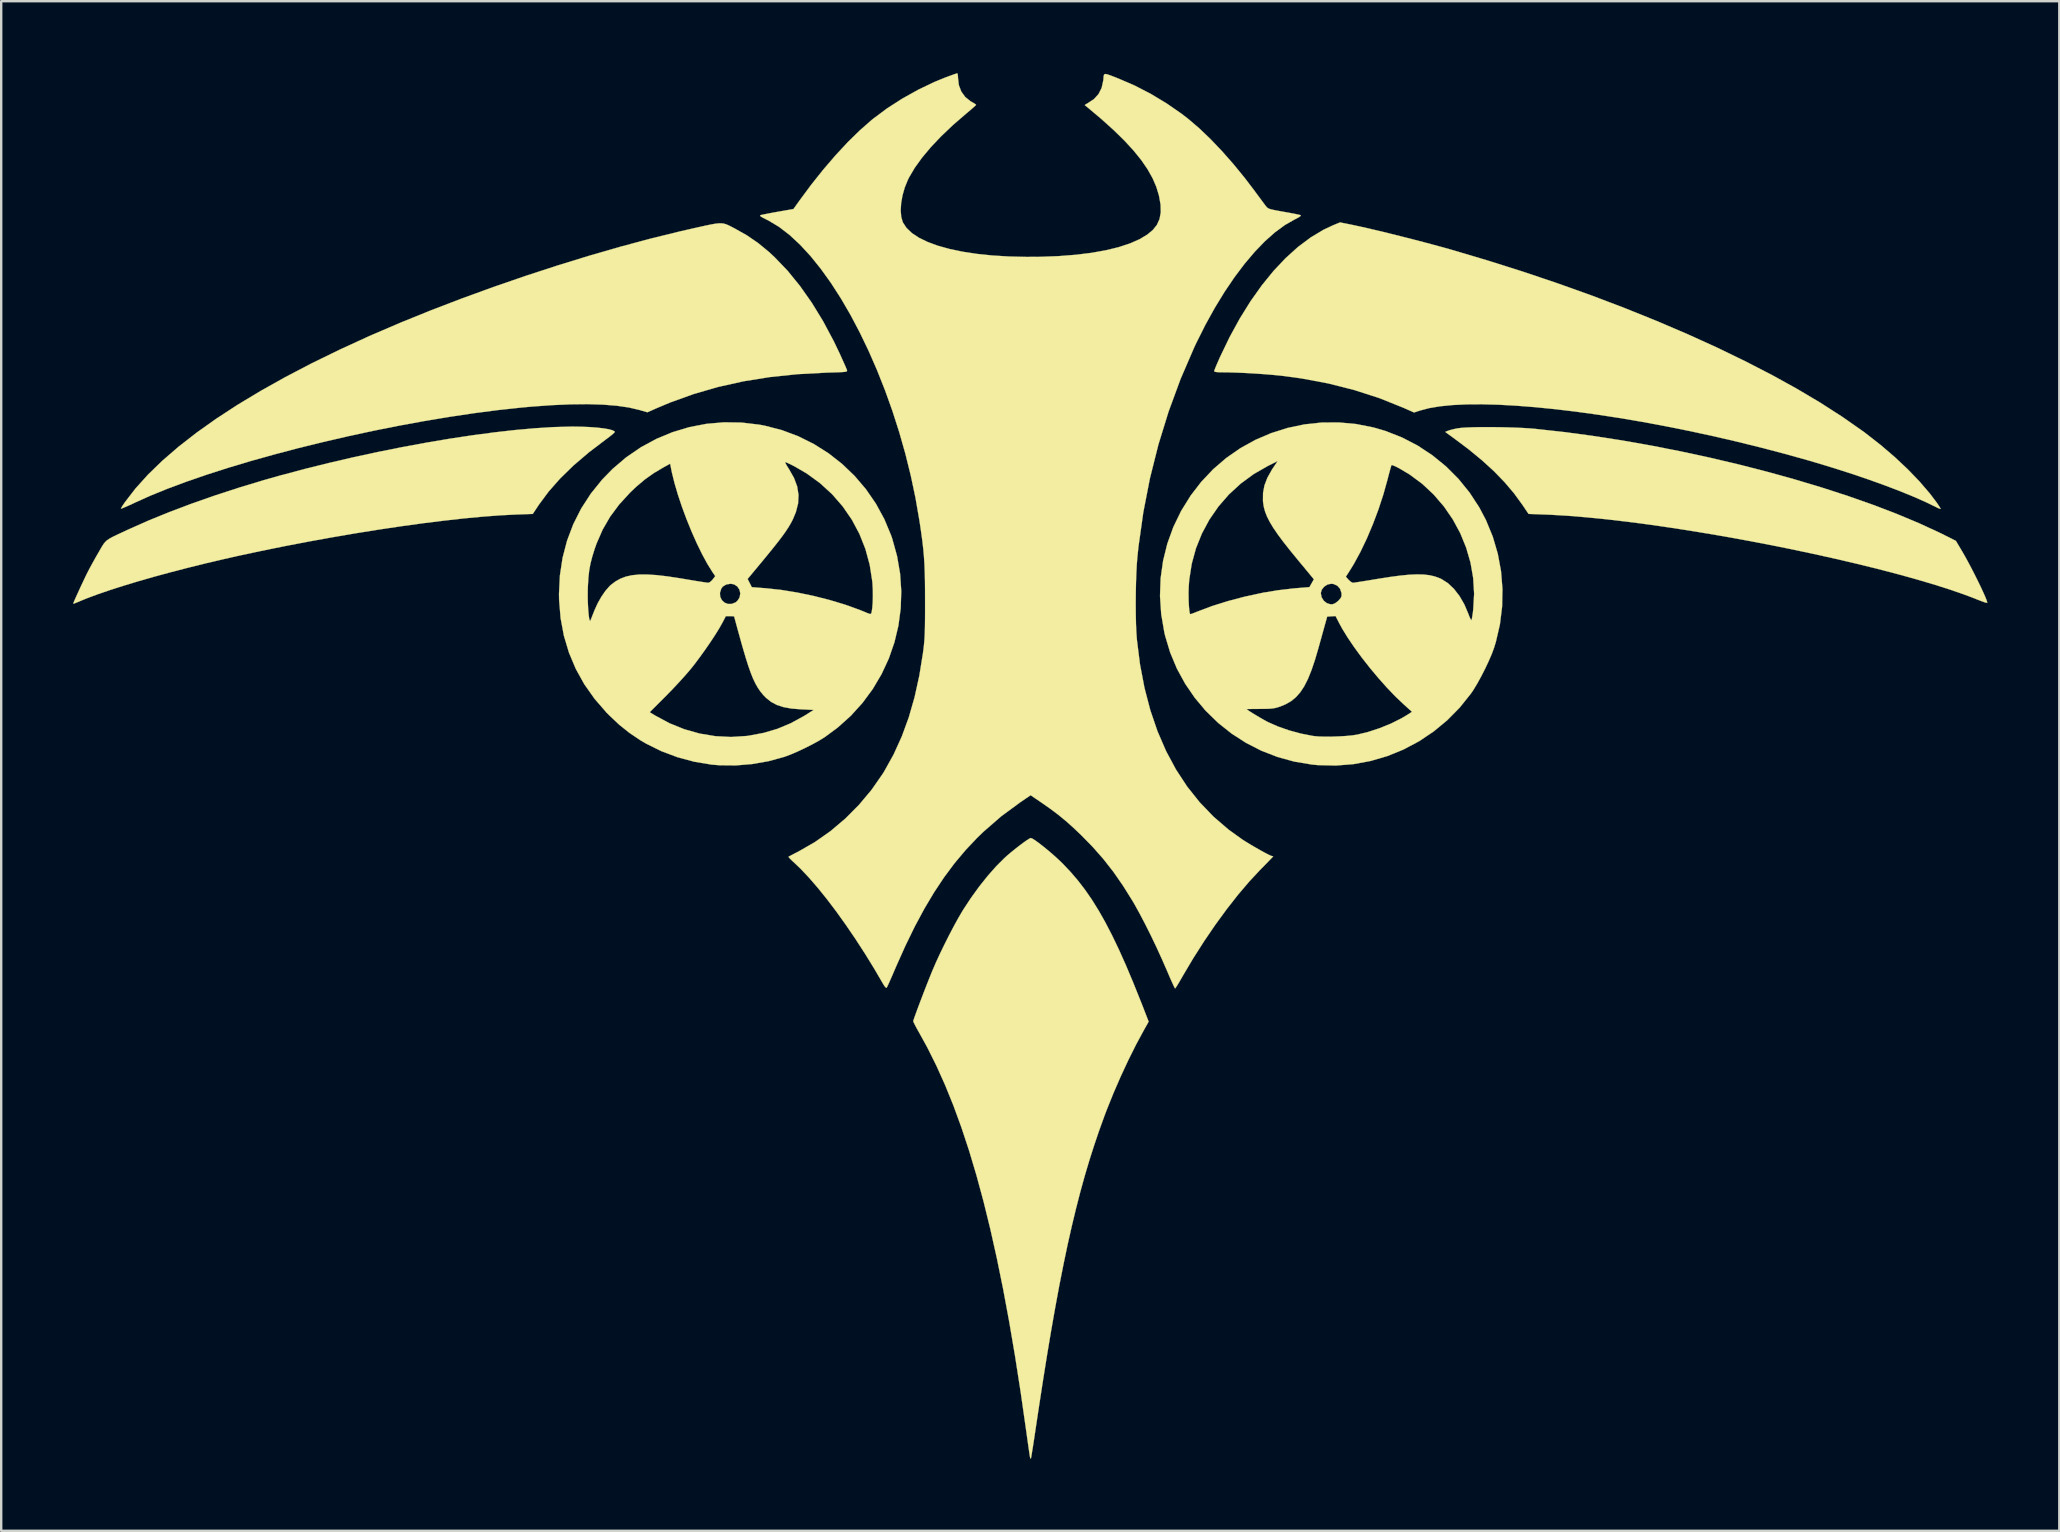
<source format=kicad_pcb>
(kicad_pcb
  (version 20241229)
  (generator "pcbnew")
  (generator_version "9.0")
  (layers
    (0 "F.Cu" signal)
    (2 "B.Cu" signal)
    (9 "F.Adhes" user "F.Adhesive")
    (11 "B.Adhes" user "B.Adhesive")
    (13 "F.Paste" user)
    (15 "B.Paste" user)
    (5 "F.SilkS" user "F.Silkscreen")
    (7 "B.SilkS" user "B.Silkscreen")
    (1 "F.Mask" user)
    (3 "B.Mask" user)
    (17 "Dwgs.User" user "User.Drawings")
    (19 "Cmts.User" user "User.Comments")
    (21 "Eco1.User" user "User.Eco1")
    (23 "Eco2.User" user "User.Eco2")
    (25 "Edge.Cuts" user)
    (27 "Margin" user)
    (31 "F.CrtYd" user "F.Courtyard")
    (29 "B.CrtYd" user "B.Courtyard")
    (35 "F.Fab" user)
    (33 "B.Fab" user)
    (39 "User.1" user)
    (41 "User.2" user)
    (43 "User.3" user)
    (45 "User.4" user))
  (footprint "LOGO"
    (layer "F.Cu")
    (at 39.891 28.858)
    (property "Reference" "LOGO" (at 0 0 0) (layer "F.SilkS") (effects (font (size 1.524 1.524) (thickness 0.3))))
    (attr through_hole)
    (fp_poly (pts (xy 19.468 -14.105) (xy 19.834 -14.098) (xy 20.193 -14.087) (xy 20.53 -14.072) (xy 20.834 -14.053) (xy 21.034 -14.036) (xy 22.22 -13.905) (xy 23.426 -13.744) (xy 24.648 -13.555) (xy 25.876 -13.338) (xy 27.105 -13.097) (xy 28.327 -12.833) (xy 29.536 -12.548) (xy 30.723 -12.243) (xy 31.883 -11.921) (xy 33.008 -11.583) (xy 34.091 -11.231) (xy 35.125 -10.867) (xy 36.103 -10.493) (xy 37.017 -10.111) (xy 37.862 -9.722) (xy 38.097 -9.606) (xy 38.573 -9.367) (xy 38.832 -8.93) (xy 38.951 -8.724) (xy 39.08 -8.489) (xy 39.214 -8.236) (xy 39.348 -7.975) (xy 39.477 -7.717) (xy 39.597 -7.47) (xy 39.701 -7.247) (xy 39.786 -7.057) (xy 39.846 -6.909) (xy 39.876 -6.815) (xy 39.878 -6.787) (xy 39.838 -6.788) (xy 39.745 -6.815) (xy 39.616 -6.863) (xy 39.588 -6.874) (xy 39.038 -7.088) (xy 38.414 -7.307) (xy 37.725 -7.528) (xy 36.977 -7.75) (xy 36.176 -7.973) (xy 35.329 -8.194) (xy 34.444 -8.412) (xy 33.525 -8.627) (xy 32.581 -8.836) (xy 31.618 -9.039) (xy 30.642 -9.234) (xy 29.661 -9.419) (xy 28.68 -9.594) (xy 27.707 -9.757) (xy 26.748 -9.907) (xy 25.81 -10.043) (xy 24.9 -10.162) (xy 24.023 -10.265) (xy 23.188 -10.348) (xy 22.4 -10.413) (xy 21.667 -10.456) (xy 21.464 -10.464) (xy 20.763 -10.49) (xy 20.503 -10.874) (xy 20.156 -11.35) (xy 19.765 -11.811) (xy 19.325 -12.266) (xy 18.827 -12.721) (xy 18.265 -13.183) (xy 17.718 -13.595) (xy 17.29 -13.907) (xy 17.406 -13.956) (xy 17.505 -13.988) (xy 17.649 -14.025) (xy 17.8 -14.056) (xy 17.953 -14.076) (xy 18.172 -14.091) (xy 18.446 -14.101) (xy 18.762 -14.107) (xy 19.107 -14.108) (xy 19.468 -14.105)) (stroke (width 0.01) (type solid)) (fill yes) (layer "F.SilkS"))
    (fp_poly (pts (xy -18.69 -14.123) (xy -18.354 -14.109) (xy -18.051 -14.086) (xy -17.789 -14.056) (xy -17.576 -14.02) (xy -17.422 -13.978) (xy -17.334 -13.933) (xy -17.318 -13.91) (xy -17.344 -13.873) (xy -17.423 -13.801) (xy -17.543 -13.705) (xy -17.691 -13.594) (xy -17.692 -13.594) (xy -18.404 -13.052) (xy -19.039 -12.51) (xy -19.597 -11.966) (xy -20.079 -11.419) (xy -20.488 -10.866) (xy -20.511 -10.831) (xy -20.737 -10.49) (xy -21.451 -10.464) (xy -22.101 -10.431) (xy -22.819 -10.377) (xy -23.598 -10.304) (xy -24.43 -10.211) (xy -25.308 -10.102) (xy -26.223 -9.976) (xy -27.168 -9.835) (xy -28.135 -9.68) (xy -29.116 -9.512) (xy -30.104 -9.333) (xy -31.091 -9.144) (xy -32.07 -8.945) (xy -33.032 -8.739) (xy -33.615 -8.607) (xy -34.368 -8.43) (xy -35.108 -8.247) (xy -35.828 -8.06) (xy -36.521 -7.872) (xy -37.177 -7.684) (xy -37.791 -7.498) (xy -38.354 -7.318) (xy -38.859 -7.145) (xy -39.298 -6.982) (xy -39.531 -6.887) (xy -39.694 -6.819) (xy -39.798 -6.776) (xy -39.855 -6.755) (xy -39.88 -6.751) (xy -39.886 -6.759) (xy -39.886 -6.763) (xy -39.87 -6.808) (xy -39.826 -6.91) (xy -39.761 -7.057) (xy -39.68 -7.234) (xy -39.591 -7.428) (xy -39.499 -7.625) (xy -39.411 -7.811) (xy -39.333 -7.973) (xy -39.301 -8.037) (xy -39.211 -8.211) (xy -39.094 -8.426) (xy -38.966 -8.657) (xy -38.84 -8.876) (xy -38.831 -8.891) (xy -38.745 -9.04) (xy -38.676 -9.158) (xy -38.614 -9.252) (xy -38.55 -9.328) (xy -38.475 -9.396) (xy -38.377 -9.461) (xy -38.249 -9.531) (xy -38.08 -9.614) (xy -37.86 -9.716) (xy -37.58 -9.846) (xy -37.541 -9.864) (xy -36.745 -10.217) (xy -35.88 -10.569) (xy -34.958 -10.917) (xy -33.988 -11.257) (xy -32.981 -11.585) (xy -31.948 -11.898) (xy -31.234 -12.1) (xy -30.237 -12.365) (xy -29.225 -12.616) (xy -28.205 -12.853) (xy -27.185 -13.073) (xy -26.172 -13.276) (xy -25.174 -13.46) (xy -24.197 -13.625) (xy -23.249 -13.768) (xy -22.337 -13.889) (xy -21.468 -13.987) (xy -20.65 -14.06) (xy -19.89 -14.108) (xy -19.195 -14.128) (xy -19.05 -14.129) (xy -18.69 -14.123)) (stroke (width 0.01) (type solid)) (fill yes) (layer "F.SilkS"))
    (fp_poly (pts (xy -12.769 -22.587) (xy -12.672 -22.558) (xy -12.571 -22.514) (xy -12.454 -22.455) (xy -12.323 -22.387) (xy -11.82 -22.104) (xy -11.351 -21.783) (xy -10.894 -21.407) (xy -10.663 -21.193) (xy -10.123 -20.631) (xy -9.604 -19.994) (xy -9.107 -19.288) (xy -8.634 -18.515) (xy -8.189 -17.679) (xy -7.943 -17.165) (xy -7.85 -16.959) (xy -7.767 -16.774) (xy -7.7 -16.623) (xy -7.657 -16.52) (xy -7.644 -16.487) (xy -7.638 -16.46) (xy -7.645 -16.439) (xy -7.673 -16.423) (xy -7.734 -16.411) (xy -7.835 -16.402) (xy -7.987 -16.394) (xy -8.198 -16.387) (xy -8.479 -16.379) (xy -8.502 -16.378) (xy -9.704 -16.314) (xy -10.853 -16.194) (xy -11.953 -16.018) (xy -13.009 -15.783) (xy -14.026 -15.489) (xy -15.006 -15.136) (xy -15.57 -14.899) (xy -15.96 -14.726) (xy -16.299 -14.824) (xy -16.729 -14.925) (xy -17.232 -14.998) (xy -17.807 -15.045) (xy -18.451 -15.065) (xy -19.164 -15.057) (xy -19.944 -15.023) (xy -20.79 -14.962) (xy -21.233 -14.921) (xy -22.197 -14.817) (xy -23.194 -14.687) (xy -24.218 -14.534) (xy -25.26 -14.36) (xy -26.315 -14.167) (xy -27.374 -13.956) (xy -28.431 -13.728) (xy -29.479 -13.486) (xy -30.511 -13.232) (xy -31.52 -12.966) (xy -32.499 -12.692) (xy -33.44 -12.41) (xy -34.337 -12.122) (xy -35.183 -11.83) (xy -35.971 -11.536) (xy -36.693 -11.242) (xy -37.336 -10.952) (xy -37.528 -10.862) (xy -37.692 -10.789) (xy -37.816 -10.737) (xy -37.888 -10.712) (xy -37.902 -10.712) (xy -37.88 -10.757) (xy -37.824 -10.848) (xy -37.744 -10.965) (xy -37.736 -10.977) (xy -37.293 -11.551) (xy -36.772 -12.129) (xy -36.174 -12.709) (xy -35.501 -13.29) (xy -34.753 -13.873) (xy -33.933 -14.455) (xy -33.041 -15.037) (xy -32.078 -15.617) (xy -31.047 -16.194) (xy -29.948 -16.768) (xy -28.782 -17.337) (xy -27.551 -17.902) (xy -27.432 -17.954) (xy -26.236 -18.467) (xy -24.986 -18.973) (xy -23.695 -19.468) (xy -22.376 -19.948) (xy -21.042 -20.408) (xy -19.705 -20.844) (xy -18.377 -21.253) (xy -17.072 -21.63) (xy -15.802 -21.97) (xy -14.579 -22.27) (xy -14.173 -22.363) (xy -13.822 -22.442) (xy -13.538 -22.505) (xy -13.312 -22.552) (xy -13.132 -22.584) (xy -12.988 -22.6) (xy -12.871 -22.602) (xy -12.769 -22.587)) (stroke (width 0.01) (type solid)) (fill yes) (layer "F.SilkS"))
    (fp_poly (pts (xy 13.468 -22.525) (xy 13.763 -22.462) (xy 14.122 -22.381) (xy 14.529 -22.285) (xy 14.972 -22.177) (xy 15.437 -22.061) (xy 15.911 -21.941) (xy 16.379 -21.819) (xy 16.828 -21.699) (xy 17.245 -21.586) (xy 17.562 -21.496) (xy 19.068 -21.049) (xy 20.547 -20.581) (xy 21.993 -20.093) (xy 23.403 -19.589) (xy 24.773 -19.068) (xy 26.099 -18.533) (xy 27.378 -17.986) (xy 28.605 -17.429) (xy 29.776 -16.862) (xy 30.889 -16.289) (xy 31.938 -15.71) (xy 32.92 -15.127) (xy 33.831 -14.542) (xy 34.667 -13.957) (xy 34.806 -13.855) (xy 35.434 -13.365) (xy 36.024 -12.86) (xy 36.569 -12.348) (xy 37.06 -11.838) (xy 37.49 -11.336) (xy 37.76 -10.979) (xy 37.846 -10.855) (xy 37.908 -10.758) (xy 37.936 -10.704) (xy 37.936 -10.698) (xy 37.896 -10.706) (xy 37.81 -10.742) (xy 37.763 -10.766) (xy 37.327 -10.978) (xy 36.822 -11.202) (xy 36.254 -11.434) (xy 35.632 -11.672) (xy 34.964 -11.913) (xy 34.258 -12.153) (xy 33.521 -12.39) (xy 32.762 -12.621) (xy 32.425 -12.72) (xy 31.432 -12.997) (xy 30.433 -13.259) (xy 29.432 -13.506) (xy 28.433 -13.737) (xy 27.44 -13.951) (xy 26.458 -14.148) (xy 25.491 -14.328) (xy 24.543 -14.489) (xy 23.618 -14.631) (xy 22.722 -14.754) (xy 21.858 -14.857) (xy 21.03 -14.94) (xy 20.243 -15.001) (xy 19.501 -15.042) (xy 18.808 -15.059) (xy 18.17 -15.055) (xy 17.589 -15.027) (xy 17.07 -14.975) (xy 16.619 -14.899) (xy 16.241 -14.799) (xy 15.992 -14.717) (xy 15.547 -14.914) (xy 14.548 -15.315) (xy 13.501 -15.653) (xy 12.411 -15.929) (xy 11.281 -16.14) (xy 10.458 -16.25) (xy 10.137 -16.282) (xy 9.769 -16.313) (xy 9.376 -16.34) (xy 8.981 -16.363) (xy 8.605 -16.379) (xy 8.272 -16.389) (xy 8.092 -16.391) (xy 7.882 -16.394) (xy 7.745 -16.404) (xy 7.674 -16.421) (xy 7.66 -16.438) (xy 7.675 -16.489) (xy 7.718 -16.599) (xy 7.783 -16.752) (xy 7.863 -16.936) (xy 7.902 -17.023) (xy 8.302 -17.855) (xy 8.728 -18.633) (xy 9.177 -19.355) (xy 9.647 -20.017) (xy 10.135 -20.617) (xy 10.638 -21.151) (xy 11.155 -21.617) (xy 11.682 -22.012) (xy 12.217 -22.333) (xy 12.634 -22.528) (xy 12.906 -22.639) (xy 13.468 -22.525)) (stroke (width 0.01) (type solid)) (fill yes) (layer "F.SilkS"))
    (fp_poly (pts (xy 0.083 3.042) (xy 0.198 3.113) (xy 0.349 3.222) (xy 0.527 3.36) (xy 0.721 3.518) (xy 0.92 3.687) (xy 1.114 3.861) (xy 1.293 4.03) (xy 1.35 4.086) (xy 1.672 4.426) (xy 1.98 4.785) (xy 2.276 5.17) (xy 2.564 5.586) (xy 2.846 6.039) (xy 3.127 6.535) (xy 3.408 7.078) (xy 3.694 7.675) (xy 3.988 8.332) (xy 4.291 9.053) (xy 4.609 9.845) (xy 4.681 10.027) (xy 4.93 10.669) (xy 4.727 11.03) (xy 4.407 11.623) (xy 4.083 12.272) (xy 3.764 12.957) (xy 3.461 13.655) (xy 3.183 14.345) (xy 3.081 14.615) (xy 2.864 15.216) (xy 2.657 15.828) (xy 2.457 16.454) (xy 2.265 17.101) (xy 2.079 17.773) (xy 1.899 18.474) (xy 1.722 19.209) (xy 1.548 19.983) (xy 1.377 20.8) (xy 1.206 21.666) (xy 1.036 22.584) (xy 0.864 23.56) (xy 0.69 24.598) (xy 0.514 25.703) (xy 0.333 26.88) (xy 0.219 27.64) (xy 0.174 27.943) (xy 0.132 28.219) (xy 0.094 28.46) (xy 0.062 28.656) (xy 0.039 28.797) (xy 0.024 28.874) (xy 0.021 28.885) (xy 0.001 28.865) (xy -0.017 28.808) (xy -0.027 28.744) (xy -0.047 28.613) (xy -0.074 28.427) (xy -0.107 28.197) (xy -0.144 27.934) (xy -0.179 27.682) (xy -0.405 26.103) (xy -0.639 24.601) (xy -0.882 23.174) (xy -1.134 21.818) (xy -1.396 20.533) (xy -1.668 19.316) (xy -1.951 18.164) (xy -2.246 17.076) (xy -2.553 16.048) (xy -2.873 15.08) (xy -3.206 14.168) (xy -3.554 13.31) (xy -3.916 12.505) (xy -4.293 11.749) (xy -4.62 11.154) (xy -4.717 10.982) (xy -4.798 10.831) (xy -4.855 10.718) (xy -4.881 10.656) (xy -4.882 10.651) (xy -4.868 10.599) (xy -4.828 10.483) (xy -4.768 10.316) (xy -4.691 10.106) (xy -4.601 9.867) (xy -4.502 9.608) (xy -4.399 9.339) (xy -4.295 9.073) (xy -4.194 8.819) (xy -4.101 8.589) (xy -4.086 8.553) (xy -3.945 8.225) (xy -3.777 7.859) (xy -3.589 7.471) (xy -3.393 7.08) (xy -3.196 6.704) (xy -3.007 6.36) (xy -2.836 6.067) (xy -2.787 5.988) (xy -2.465 5.499) (xy -2.124 5.029) (xy -1.773 4.59) (xy -1.425 4.196) (xy -1.088 3.859) (xy -0.979 3.759) (xy -0.815 3.62) (xy -0.638 3.476) (xy -0.461 3.338) (xy -0.295 3.213) (xy -0.152 3.112) (xy -0.045 3.044) (xy 0.014 3.016) (xy 0.016 3.016) (xy 0.083 3.042)) (stroke (width 0.01) (type solid)) (fill yes) (layer "F.SilkS"))
    (fp_poly (pts (xy -12.032 -14.297) (xy -11.291 -14.209) (xy -11.068 -14.167) (xy -10.355 -13.982) (xy -9.671 -13.726) (xy -9.021 -13.402) (xy -8.41 -13.016) (xy -7.841 -12.57) (xy -7.32 -12.069) (xy -6.851 -11.518) (xy -6.439 -10.92) (xy -6.089 -10.279) (xy -5.805 -9.6) (xy -5.755 -9.454) (xy -5.554 -8.728) (xy -5.429 -7.999) (xy -5.38 -7.27) (xy -5.404 -6.547) (xy -5.499 -5.835) (xy -5.665 -5.139) (xy -5.899 -4.464) (xy -6.2 -3.816) (xy -6.565 -3.198) (xy -6.993 -2.617) (xy -7.483 -2.077) (xy -8.032 -1.584) (xy -8.568 -1.189) (xy -8.799 -1.046) (xy -9.082 -0.89) (xy -9.392 -0.733) (xy -9.707 -0.585) (xy -10.004 -0.458) (xy -10.257 -0.364) (xy -10.259 -0.364) (xy -10.909 -0.186) (xy -11.587 -0.067) (xy -12.273 -0.009) (xy -12.946 -0.015) (xy -13.295 -0.044) (xy -14.009 -0.163) (xy -14.711 -0.352) (xy -15.388 -0.607) (xy -16.027 -0.924) (xy -16.27 -1.068) (xy -16.719 -1.372) (xy -17.142 -1.711) (xy -17.558 -2.104) (xy -17.661 -2.209) (xy -17.677 -2.227) (xy -15.864 -2.227) (xy -15.641 -2.09) (xy -15.045 -1.769) (xy -14.422 -1.517) (xy -13.781 -1.336) (xy -13.129 -1.228) (xy -12.473 -1.194) (xy -11.823 -1.236) (xy -11.728 -1.249) (xy -11.114 -1.365) (xy -10.542 -1.534) (xy -9.994 -1.763) (xy -9.449 -2.059) (xy -9.288 -2.158) (xy -9.032 -2.322) (xy -9.566 -2.347) (xy -9.959 -2.379) (xy -10.289 -2.439) (xy -10.566 -2.529) (xy -10.804 -2.656) (xy -11.014 -2.823) (xy -11.125 -2.937) (xy -11.245 -3.081) (xy -11.354 -3.239) (xy -11.457 -3.419) (xy -11.557 -3.629) (xy -11.657 -3.878) (xy -11.761 -4.175) (xy -11.872 -4.528) (xy -11.995 -4.946) (xy -12.064 -5.191) (xy -12.138 -5.46) (xy -12.206 -5.703) (xy -12.262 -5.91) (xy -12.306 -6.071) (xy -12.334 -6.175) (xy -12.343 -6.212) (xy -12.378 -6.223) (xy -12.468 -6.23) (xy -12.516 -6.231) (xy -12.69 -6.231) (xy -12.84 -5.945) (xy -12.965 -5.725) (xy -13.13 -5.458) (xy -13.324 -5.162) (xy -13.538 -4.852) (xy -13.759 -4.543) (xy -13.978 -4.25) (xy -14.104 -4.089) (xy -14.254 -3.909) (xy -14.445 -3.691) (xy -14.664 -3.451) (xy -14.893 -3.206) (xy -15.119 -2.973) (xy -15.182 -2.909) (xy -15.864 -2.227) (xy -17.677 -2.227) (xy -18.16 -2.783) (xy -18.589 -3.391) (xy -18.945 -4.033) (xy -19.229 -4.707) (xy -19.44 -5.411) (xy -19.577 -6.143) (xy -19.64 -6.903) (xy -19.645 -7.159) (xy -19.644 -7.172) (xy -18.448 -7.172) (xy -18.446 -6.936) (xy -18.438 -6.706) (xy -18.426 -6.493) (xy -18.41 -6.309) (xy -18.392 -6.164) (xy -18.371 -6.068) (xy -18.349 -6.032) (xy -18.332 -6.052) (xy -18.304 -6.123) (xy -18.255 -6.247) (xy -18.194 -6.401) (xy -18.164 -6.477) (xy -18.032 -6.767) (xy -17.874 -7.045) (xy -17.767 -7.2) (xy -12.937 -7.2) (xy -12.926 -7.037) (xy -12.859 -6.899) (xy -12.75 -6.796) (xy -12.608 -6.739) (xy -12.447 -6.739) (xy -12.278 -6.807) (xy -12.27 -6.812) (xy -12.192 -6.89) (xy -12.125 -6.999) (xy -12.119 -7.011) (xy -12.088 -7.175) (xy -12.123 -7.332) (xy -12.211 -7.464) (xy -12.342 -7.552) (xy -12.485 -7.58) (xy -12.672 -7.55) (xy -12.815 -7.465) (xy -12.882 -7.376) (xy -12.937 -7.2) (xy -17.767 -7.2) (xy -17.703 -7.291) (xy -17.533 -7.485) (xy -17.49 -7.525) (xy -17.298 -7.672) (xy -17.092 -7.788) (xy -16.863 -7.876) (xy -16.604 -7.934) (xy -16.309 -7.963) (xy -15.969 -7.965) (xy -15.578 -7.94) (xy -15.129 -7.888) (xy -14.614 -7.81) (xy -14.44 -7.781) (xy -14.173 -7.736) (xy -13.929 -7.695) (xy -13.719 -7.662) (xy -13.557 -7.637) (xy -13.453 -7.623) (xy -13.423 -7.62) (xy -13.352 -7.65) (xy -13.267 -7.725) (xy -13.239 -7.759) (xy -13.223 -7.779) (xy -11.784 -7.779) (xy -11.609 -7.437) (xy -11.013 -7.391) (xy -10.384 -7.323) (xy -9.719 -7.215) (xy -9.04 -7.074) (xy -8.367 -6.903) (xy -7.722 -6.709) (xy -7.127 -6.495) (xy -6.925 -6.414) (xy -6.782 -6.354) (xy -6.696 -6.324) (xy -6.65 -6.322) (xy -6.629 -6.349) (xy -6.615 -6.4) (xy -6.588 -6.57) (xy -6.57 -6.798) (xy -6.563 -7.06) (xy -6.566 -7.336) (xy -6.581 -7.602) (xy -6.588 -7.68) (xy -6.695 -8.369) (xy -6.875 -9.031) (xy -7.125 -9.66) (xy -7.442 -10.254) (xy -7.823 -10.806) (xy -8.265 -11.314) (xy -8.766 -11.772) (xy -9.321 -12.176) (xy -9.815 -12.464) (xy -9.973 -12.545) (xy -10.104 -12.607) (xy -10.192 -12.644) (xy -10.222 -12.651) (xy -10.21 -12.612) (xy -10.163 -12.524) (xy -10.089 -12.404) (xy -10.061 -12.36) (xy -9.851 -11.991) (xy -9.718 -11.634) (xy -9.662 -11.282) (xy -9.68 -10.927) (xy -9.773 -10.562) (xy -9.901 -10.259) (xy -9.982 -10.103) (xy -10.077 -9.941) (xy -10.192 -9.766) (xy -10.333 -9.568) (xy -10.504 -9.342) (xy -10.713 -9.078) (xy -10.964 -8.769) (xy -11.208 -8.473) (xy -11.784 -7.779) (xy -13.223 -7.779) (xy -13.133 -7.898) (xy -13.248 -8.066) (xy -13.46 -8.406) (xy -13.679 -8.81) (xy -13.901 -9.264) (xy -14.118 -9.753) (xy -14.325 -10.262) (xy -14.517 -10.779) (xy -14.687 -11.287) (xy -14.83 -11.774) (xy -14.941 -12.223) (xy -14.964 -12.338) (xy -15.012 -12.582) (xy -15.275 -12.439) (xy -15.687 -12.195) (xy -16.061 -11.931) (xy -16.421 -11.628) (xy -16.69 -11.371) (xy -17.139 -10.88) (xy -17.515 -10.373) (xy -17.825 -9.837) (xy -18.076 -9.263) (xy -18.157 -9.035) (xy -18.258 -8.71) (xy -18.333 -8.421) (xy -18.384 -8.142) (xy -18.418 -7.845) (xy -18.439 -7.503) (xy -18.443 -7.404) (xy -18.448 -7.172) (xy -19.644 -7.172) (xy -19.607 -7.922) (xy -19.495 -8.662) (xy -19.308 -9.377) (xy -19.048 -10.064) (xy -18.717 -10.719) (xy -18.315 -11.339) (xy -17.844 -11.922) (xy -17.411 -12.366) (xy -16.844 -12.849) (xy -16.235 -13.266) (xy -15.591 -13.615) (xy -14.917 -13.896) (xy -14.219 -14.106) (xy -13.502 -14.244) (xy -12.771 -14.308) (xy -12.032 -14.297)) (stroke (width 0.01) (type solid)) (fill yes) (layer "F.SilkS"))
    (fp_poly (pts (xy 13.579 -14.236) (xy 14.297 -14.094) (xy 14.803 -13.946) (xy 15.49 -13.676) (xy 16.143 -13.337) (xy 16.755 -12.933) (xy 17.323 -12.47) (xy 17.842 -11.95) (xy 18.305 -11.379) (xy 18.709 -10.761) (xy 18.988 -10.231) (xy 19.272 -9.541) (xy 19.481 -8.828) (xy 19.616 -8.099) (xy 19.675 -7.361) (xy 19.66 -6.621) (xy 19.569 -5.884) (xy 19.401 -5.159) (xy 19.325 -4.911) (xy 19.231 -4.655) (xy 19.102 -4.357) (xy 18.951 -4.037) (xy 18.787 -3.715) (xy 18.62 -3.413) (xy 18.462 -3.151) (xy 18.362 -3.004) (xy 17.892 -2.417) (xy 17.37 -1.888) (xy 16.803 -1.42) (xy 16.196 -1.014) (xy 15.554 -0.673) (xy 14.881 -0.399) (xy 14.184 -0.195) (xy 13.466 -0.062) (xy 12.733 -0.004) (xy 11.991 -0.021) (xy 11.728 -0.046) (xy 11.001 -0.167) (xy 10.299 -0.361) (xy 9.626 -0.622) (xy 8.987 -0.949) (xy 8.386 -1.336) (xy 7.828 -1.78) (xy 7.316 -2.277) (xy 7.25 -2.355) (xy 9.009 -2.355) (xy 9.041 -2.328) (xy 9.127 -2.271) (xy 9.251 -2.192) (xy 9.4 -2.102) (xy 9.558 -2.008) (xy 9.71 -1.92) (xy 9.841 -1.848) (xy 9.905 -1.814) (xy 10.317 -1.632) (xy 10.78 -1.47) (xy 11.264 -1.338) (xy 11.742 -1.244) (xy 11.827 -1.231) (xy 12.022 -1.214) (xy 12.274 -1.207) (xy 12.561 -1.208) (xy 12.859 -1.218) (xy 13.149 -1.235) (xy 13.406 -1.259) (xy 13.61 -1.29) (xy 13.613 -1.29) (xy 14.079 -1.404) (xy 14.56 -1.562) (xy 15.031 -1.754) (xy 15.464 -1.971) (xy 15.702 -2.112) (xy 15.905 -2.242) (xy 15.552 -2.56) (xy 15.215 -2.88) (xy 14.863 -3.247) (xy 14.506 -3.648) (xy 14.154 -4.069) (xy 13.816 -4.499) (xy 13.504 -4.925) (xy 13.226 -5.334) (xy 12.993 -5.713) (xy 12.869 -5.942) (xy 12.72 -6.234) (xy 12.545 -6.222) (xy 12.371 -6.211) (xy 12.282 -5.894) (xy 12.24 -5.745) (xy 12.184 -5.542) (xy 12.118 -5.304) (xy 12.048 -5.053) (xy 12.006 -4.901) (xy 11.859 -4.4) (xy 11.714 -3.972) (xy 11.567 -3.609) (xy 11.413 -3.306) (xy 11.249 -3.057) (xy 11.069 -2.854) (xy 10.87 -2.69) (xy 10.647 -2.561) (xy 10.426 -2.468) (xy 10.301 -2.427) (xy 10.188 -2.398) (xy 10.065 -2.38) (xy 9.915 -2.369) (xy 9.716 -2.365) (xy 9.575 -2.364) (xy 9.373 -2.363) (xy 9.203 -2.361) (xy 9.079 -2.359) (xy 9.015 -2.356) (xy 9.009 -2.355) (xy 7.25 -2.355) (xy 6.856 -2.822) (xy 6.452 -3.412) (xy 6.107 -4.043) (xy 5.827 -4.712) (xy 5.616 -5.413) (xy 5.582 -5.559) (xy 5.453 -6.315) (xy 5.403 -7.067) (xy 5.409 -7.247) (xy 6.593 -7.247) (xy 6.593 -7.027) (xy 6.599 -6.813) (xy 6.61 -6.62) (xy 6.625 -6.463) (xy 6.643 -6.355) (xy 6.664 -6.311) (xy 6.666 -6.31) (xy 6.715 -6.325) (xy 6.817 -6.362) (xy 6.951 -6.416) (xy 6.98 -6.427) (xy 7.578 -6.652) (xy 8.233 -6.857) (xy 8.921 -7.039) (xy 9.589 -7.184) (xy 12.105 -7.184) (xy 12.138 -7.015) (xy 12.228 -6.872) (xy 12.358 -6.77) (xy 12.512 -6.723) (xy 12.601 -6.726) (xy 12.704 -6.769) (xy 12.817 -6.854) (xy 12.853 -6.89) (xy 12.935 -6.987) (xy 12.969 -7.066) (xy 12.969 -7.162) (xy 12.965 -7.198) (xy 12.906 -7.372) (xy 12.791 -7.5) (xy 12.631 -7.57) (xy 12.537 -7.58) (xy 12.382 -7.547) (xy 12.246 -7.459) (xy 12.146 -7.336) (xy 12.105 -7.195) (xy 12.105 -7.184) (xy 9.589 -7.184) (xy 9.621 -7.191) (xy 10.311 -7.308) (xy 10.969 -7.385) (xy 11.044 -7.392) (xy 11.631 -7.439) (xy 11.723 -7.603) (xy 11.815 -7.767) (xy 11.728 -7.873) (xy 13.148 -7.873) (xy 13.261 -7.746) (xy 13.347 -7.667) (xy 13.425 -7.624) (xy 13.444 -7.62) (xy 13.501 -7.627) (xy 13.625 -7.645) (xy 13.804 -7.673) (xy 14.026 -7.708) (xy 14.28 -7.75) (xy 14.466 -7.781) (xy 14.972 -7.861) (xy 15.41 -7.919) (xy 15.787 -7.956) (xy 16.113 -7.97) (xy 16.396 -7.963) (xy 16.642 -7.934) (xy 16.862 -7.882) (xy 17.062 -7.809) (xy 17.129 -7.778) (xy 17.399 -7.607) (xy 17.653 -7.367) (xy 17.885 -7.068) (xy 18.087 -6.719) (xy 18.247 -6.342) (xy 18.299 -6.205) (xy 18.345 -6.107) (xy 18.376 -6.064) (xy 18.382 -6.064) (xy 18.398 -6.113) (xy 18.418 -6.223) (xy 18.441 -6.376) (xy 18.457 -6.509) (xy 18.494 -7.166) (xy 18.455 -7.82) (xy 18.343 -8.463) (xy 18.161 -9.089) (xy 17.914 -9.692) (xy 17.604 -10.265) (xy 17.234 -10.802) (xy 16.809 -11.297) (xy 16.331 -11.744) (xy 15.803 -12.135) (xy 15.387 -12.383) (xy 15.247 -12.455) (xy 15.134 -12.506) (xy 15.065 -12.528) (xy 15.054 -12.527) (xy 15.036 -12.482) (xy 15.004 -12.374) (xy 14.961 -12.217) (xy 14.91 -12.025) (xy 14.883 -11.916) (xy 14.712 -11.304) (xy 14.508 -10.682) (xy 14.276 -10.065) (xy 14.024 -9.469) (xy 13.757 -8.911) (xy 13.483 -8.407) (xy 13.315 -8.133) (xy 13.148 -7.873) (xy 11.728 -7.873) (xy 11.145 -8.577) (xy 10.815 -8.98) (xy 10.537 -9.333) (xy 10.307 -9.643) (xy 10.12 -9.917) (xy 9.973 -10.162) (xy 9.861 -10.384) (xy 9.781 -10.59) (xy 9.728 -10.787) (xy 9.699 -10.982) (xy 9.694 -11.037) (xy 9.697 -11.363) (xy 9.756 -11.677) (xy 9.876 -11.993) (xy 10.061 -12.325) (xy 10.13 -12.43) (xy 10.309 -12.696) (xy 9.907 -12.494) (xy 9.311 -12.153) (xy 8.766 -11.753) (xy 8.273 -11.3) (xy 7.837 -10.798) (xy 7.461 -10.254) (xy 7.148 -9.671) (xy 6.901 -9.056) (xy 6.725 -8.412) (xy 6.621 -7.745) (xy 6.6 -7.46) (xy 6.593 -7.247) (xy 5.409 -7.247) (xy 5.429 -7.81) (xy 5.532 -8.54) (xy 5.709 -9.254) (xy 5.96 -9.947) (xy 6.283 -10.613) (xy 6.679 -11.251) (xy 7.115 -11.819) (xy 7.616 -12.35) (xy 8.164 -12.822) (xy 8.755 -13.232) (xy 9.382 -13.578) (xy 10.039 -13.859) (xy 10.721 -14.074) (xy 11.422 -14.221) (xy 12.135 -14.298) (xy 12.856 -14.303) (xy 13.579 -14.236)) (stroke (width 0.01) (type solid)) (fill yes) (layer "F.SilkS"))
    (fp_poly (pts (xy -3.029 -28.817) (xy -3.018 -28.726) (xy -3.016 -28.662) (xy -2.981 -28.363) (xy -2.879 -28.094) (xy -2.715 -27.867) (xy -2.497 -27.69) (xy -2.444 -27.659) (xy -2.341 -27.601) (xy -2.275 -27.555) (xy -2.262 -27.539) (xy -2.291 -27.506) (xy -2.371 -27.433) (xy -2.489 -27.33) (xy -2.637 -27.205) (xy -2.689 -27.162) (xy -3.226 -26.697) (xy -3.712 -26.235) (xy -4.142 -25.782) (xy -4.512 -25.34) (xy -4.817 -24.917) (xy -5.054 -24.516) (xy -5.105 -24.413) (xy -5.234 -24.096) (xy -5.328 -23.769) (xy -5.385 -23.445) (xy -5.404 -23.141) (xy -5.382 -22.871) (xy -5.318 -22.651) (xy -5.314 -22.641) (xy -5.163 -22.41) (xy -4.937 -22.195) (xy -4.642 -21.999) (xy -4.279 -21.823) (xy -3.852 -21.666) (xy -3.366 -21.531) (xy -2.822 -21.418) (xy -2.226 -21.327) (xy -1.581 -21.26) (xy -0.889 -21.218) (xy -0.155 -21.201) (xy 0.414 -21.205) (xy 1.18 -21.234) (xy 1.894 -21.29) (xy 2.55 -21.371) (xy 3.147 -21.478) (xy 3.682 -21.608) (xy 4.151 -21.762) (xy 4.552 -21.939) (xy 4.882 -22.138) (xy 5.103 -22.323) (xy 5.274 -22.537) (xy 5.384 -22.78) (xy 5.435 -23.058) (xy 5.427 -23.38) (xy 5.361 -23.75) (xy 5.358 -23.762) (xy 5.249 -24.123) (xy 5.091 -24.488) (xy 4.882 -24.859) (xy 4.62 -25.24) (xy 4.3 -25.635) (xy 3.921 -26.047) (xy 3.478 -26.481) (xy 2.97 -26.939) (xy 2.393 -27.425) (xy 2.268 -27.526) (xy 2.291 -27.549) (xy 2.363 -27.592) (xy 2.387 -27.605) (xy 2.648 -27.776) (xy 2.842 -27.989) (xy 2.972 -28.248) (xy 3.039 -28.555) (xy 3.043 -28.588) (xy 3.051 -28.693) (xy 3.06 -28.767) (xy 3.082 -28.81) (xy 3.127 -28.825) (xy 3.207 -28.81) (xy 3.331 -28.767) (xy 3.512 -28.698) (xy 3.681 -28.631) (xy 4.345 -28.344) (xy 5.017 -27.997) (xy 5.675 -27.601) (xy 6.297 -27.171) (xy 6.588 -26.946) (xy 7.037 -26.562) (xy 7.506 -26.113) (xy 7.985 -25.611) (xy 8.466 -25.065) (xy 8.94 -24.485) (xy 9.316 -23.991) (xy 9.457 -23.799) (xy 9.589 -23.622) (xy 9.701 -23.471) (xy 9.783 -23.361) (xy 9.819 -23.315) (xy 9.857 -23.269) (xy 9.901 -23.234) (xy 9.964 -23.204) (xy 10.057 -23.177) (xy 10.195 -23.147) (xy 10.389 -23.111) (xy 10.562 -23.08) (xy 10.783 -23.041) (xy 10.978 -23.004) (xy 11.134 -22.972) (xy 11.236 -22.949) (xy 11.267 -22.939) (xy 11.264 -22.908) (xy 11.188 -22.853) (xy 11.037 -22.774) (xy 11.018 -22.764) (xy 10.612 -22.533) (xy 10.196 -22.228) (xy 9.774 -21.853) (xy 9.349 -21.412) (xy 8.924 -20.91) (xy 8.503 -20.35) (xy 8.088 -19.737) (xy 7.683 -19.074) (xy 7.292 -18.367) (xy 6.917 -17.619) (xy 6.824 -17.421) (xy 6.258 -16.108) (xy 5.762 -14.76) (xy 5.337 -13.383) (xy 4.985 -11.982) (xy 4.708 -10.563) (xy 4.506 -9.129) (xy 4.46 -8.692) (xy 4.435 -8.379) (xy 4.416 -8.01) (xy 4.402 -7.602) (xy 4.394 -7.172) (xy 4.391 -6.736) (xy 4.394 -6.312) (xy 4.402 -5.915) (xy 4.417 -5.563) (xy 4.438 -5.273) (xy 4.439 -5.259) (xy 4.569 -4.221) (xy 4.757 -3.237) (xy 5 -2.306) (xy 5.3 -1.429) (xy 5.656 -0.606) (xy 6.068 0.161) (xy 6.535 0.873) (xy 7.058 1.529) (xy 7.635 2.129) (xy 8.266 2.671) (xy 8.825 3.073) (xy 8.986 3.175) (xy 9.171 3.288) (xy 9.369 3.404) (xy 9.565 3.516) (xy 9.746 3.616) (xy 9.9 3.696) (xy 10.012 3.75) (xy 10.071 3.77) (xy 10.071 3.77) (xy 10.117 3.777) (xy 10.12 3.781) (xy 10.094 3.812) (xy 10.02 3.89) (xy 9.907 4.006) (xy 9.764 4.153) (xy 9.598 4.322) (xy 9.573 4.347) (xy 9.122 4.831) (xy 8.655 5.38) (xy 8.181 5.985) (xy 7.707 6.634) (xy 7.241 7.318) (xy 6.789 8.026) (xy 6.361 8.748) (xy 6.32 8.82) (xy 6.221 8.991) (xy 6.136 9.134) (xy 6.071 9.236) (xy 6.035 9.284) (xy 6.031 9.287) (xy 6.01 9.252) (xy 5.962 9.155) (xy 5.894 9.005) (xy 5.809 8.815) (xy 5.714 8.593) (xy 5.679 8.511) (xy 5.471 8.037) (xy 5.247 7.548) (xy 5.015 7.063) (xy 4.781 6.597) (xy 4.555 6.166) (xy 4.345 5.786) (xy 4.257 5.636) (xy 3.859 5) (xy 3.459 4.424) (xy 3.042 3.891) (xy 2.594 3.383) (xy 2.137 2.916) (xy 1.794 2.588) (xy 1.476 2.305) (xy 1.163 2.048) (xy 0.832 1.799) (xy 0.472 1.547) (xy 0.011 1.234) (xy -0.421 1.527) (xy -1.218 2.114) (xy -1.96 2.76) (xy -2.223 3.015) (xy -2.702 3.522) (xy -3.156 4.063) (xy -3.591 4.646) (xy -4.009 5.275) (xy -4.416 5.958) (xy -4.815 6.7) (xy -5.209 7.509) (xy -5.603 8.389) (xy -5.656 8.513) (xy -5.751 8.735) (xy -5.838 8.933) (xy -5.91 9.094) (xy -5.963 9.207) (xy -5.991 9.259) (xy -5.992 9.261) (xy -6.027 9.248) (xy -6.084 9.181) (xy -6.133 9.102) (xy -6.503 8.468) (xy -6.889 7.841) (xy -7.285 7.23) (xy -7.686 6.641) (xy -8.086 6.082) (xy -8.481 5.561) (xy -8.865 5.085) (xy -9.232 4.662) (xy -9.576 4.298) (xy -9.81 4.075) (xy -9.93 3.963) (xy -10.022 3.872) (xy -10.073 3.813) (xy -10.08 3.798) (xy -10.039 3.774) (xy -9.942 3.723) (xy -9.804 3.651) (xy -9.656 3.575) (xy -8.979 3.186) (xy -8.328 2.728) (xy -7.713 2.208) (xy -7.141 1.633) (xy -6.621 1.012) (xy -6.16 0.351) (xy -6.086 0.232) (xy -5.698 -0.467) (xy -5.36 -1.211) (xy -5.069 -2.004) (xy -4.825 -2.852) (xy -4.626 -3.758) (xy -4.477 -4.683) (xy -4.453 -4.864) (xy -4.434 -5.031) (xy -4.419 -5.197) (xy -4.407 -5.371) (xy -4.399 -5.567) (xy -4.393 -5.795) (xy -4.39 -6.066) (xy -4.388 -6.392) (xy -4.388 -6.785) (xy -4.388 -6.846) (xy -4.389 -7.319) (xy -4.393 -7.727) (xy -4.402 -8.086) (xy -4.415 -8.411) (xy -4.435 -8.716) (xy -4.462 -9.017) (xy -4.497 -9.328) (xy -4.542 -9.665) (xy -4.597 -10.042) (xy -4.628 -10.239) (xy -4.788 -11.164) (xy -4.983 -12.085) (xy -5.209 -12.998) (xy -5.465 -13.898) (xy -5.748 -14.781) (xy -6.057 -15.643) (xy -6.388 -16.478) (xy -6.74 -17.284) (xy -7.111 -18.055) (xy -7.497 -18.787) (xy -7.898 -19.476) (xy -8.311 -20.117) (xy -8.733 -20.705) (xy -9.162 -21.238) (xy -9.597 -21.709) (xy -10.034 -22.115) (xy -10.472 -22.452) (xy -10.908 -22.714) (xy -10.988 -22.754) (xy -11.144 -22.832) (xy -11.235 -22.886) (xy -11.266 -22.921) (xy -11.246 -22.941) (xy -11.183 -22.957) (xy -11.057 -22.983) (xy -10.883 -23.017) (xy -10.674 -23.056) (xy -10.523 -23.083) (xy -9.873 -23.197) (xy -9.632 -23.535) (xy -9.134 -24.208) (xy -8.625 -24.846) (xy -8.113 -25.442) (xy -7.605 -25.988) (xy -7.107 -26.475) (xy -6.627 -26.897) (xy -6.548 -26.961) (xy -5.97 -27.392) (xy -5.336 -27.799) (xy -4.671 -28.17) (xy -3.999 -28.492) (xy -3.554 -28.674) (xy -3.372 -28.741) (xy -3.218 -28.797) (xy -3.105 -28.836) (xy -3.05 -28.853) (xy -3.048 -28.853) (xy -3.029 -28.817)) (stroke (width 0.01) (type solid)) (fill yes) (layer "F.SilkS")))
  (gr_rect
    (start -3 -3)
    (end 82.773 60.748)
    (stroke (width 0.1) (type default))
    (fill no)
    (layer "Edge.Cuts")))
</source>
